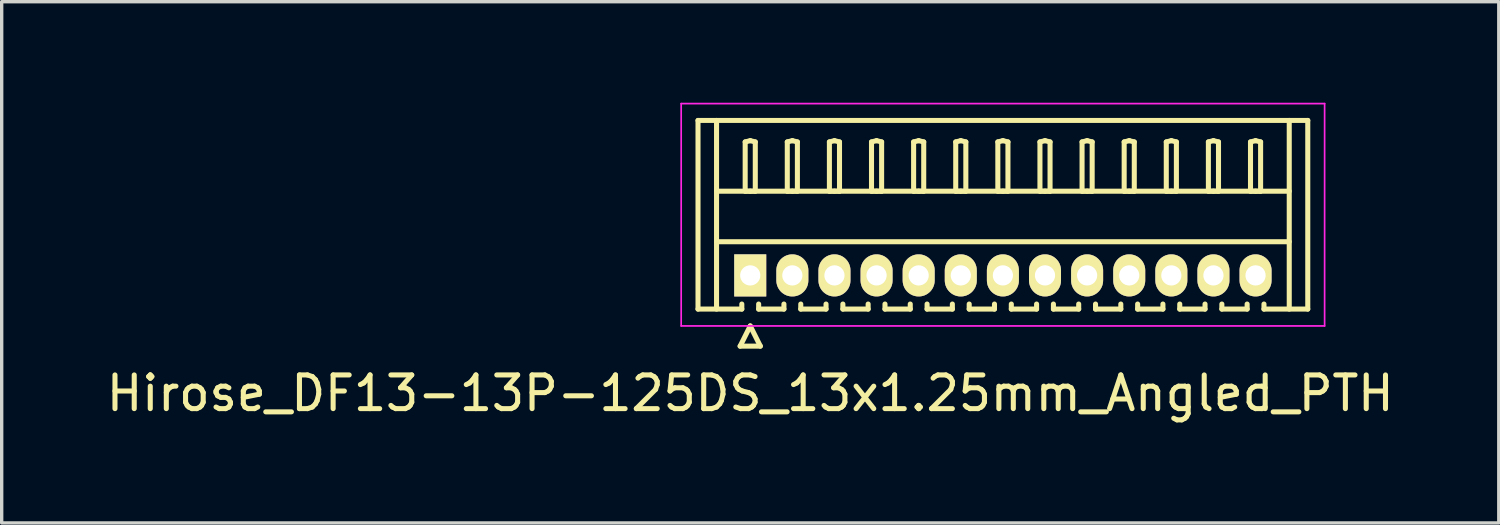
<source format=kicad_pcb>
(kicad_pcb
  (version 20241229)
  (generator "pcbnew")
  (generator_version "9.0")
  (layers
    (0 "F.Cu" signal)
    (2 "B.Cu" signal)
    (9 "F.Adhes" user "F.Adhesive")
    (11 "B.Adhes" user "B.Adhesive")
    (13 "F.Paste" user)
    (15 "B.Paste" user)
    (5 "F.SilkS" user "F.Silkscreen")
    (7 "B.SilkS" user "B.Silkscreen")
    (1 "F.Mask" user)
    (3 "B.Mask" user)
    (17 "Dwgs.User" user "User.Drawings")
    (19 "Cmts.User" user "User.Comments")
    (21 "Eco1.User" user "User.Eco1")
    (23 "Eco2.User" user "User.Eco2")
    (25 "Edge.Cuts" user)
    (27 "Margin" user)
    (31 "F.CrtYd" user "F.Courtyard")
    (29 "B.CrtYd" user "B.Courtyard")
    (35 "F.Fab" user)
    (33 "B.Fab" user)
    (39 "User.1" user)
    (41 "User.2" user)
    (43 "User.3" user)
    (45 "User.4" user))
  (footprint "Hirose_DF13-13P-125DS_13x1.25mm_Angled_PTH"
    (layer "F.Cu")
    (at 19.22 5.125)
    (property "Reference" "Hirose_DF13-13P-125DS_13x1.25mm_Angled_PTH" (at 0 3.5 0) (layer "F.SilkS") (effects (font (size 1 1) (thickness 0.15))))
    (attr through_hole)
    (fp_line (start -1.55 -4.6) (end 16.55 -4.6) (stroke (width 0.15) (type solid)) (layer "F.SilkS"))
    (fp_line (start -1.55 1) (end -1.55 -4.6) (stroke (width 0.15) (type solid)) (layer "F.SilkS"))
    (fp_line (start -1 -4.6) (end -1 1) (stroke (width 0.15) (type solid)) (layer "F.SilkS"))
    (fp_line (start -1 -2.5) (end 16 -2.5) (stroke (width 0.15) (type solid)) (layer "F.SilkS"))
    (fp_line (start -1 -1) (end 16 -1) (stroke (width 0.15) (type solid)) (layer "F.SilkS"))
    (fp_line (start -0.3 2.1) (end 0.3 2.1) (stroke (width 0.15) (type solid)) (layer "F.SilkS"))
    (fp_line (start -0.25 0.85) (end -0.25 1) (stroke (width 0.15) (type solid)) (layer "F.SilkS"))
    (fp_line (start -0.25 1) (end -1.55 1) (stroke (width 0.15) (type solid)) (layer "F.SilkS"))
    (fp_line (start -0.15 -3.962) (end 0 -4) (stroke (width 0.15) (type solid)) (layer "F.SilkS"))
    (fp_line (start -0.15 -2.5) (end -0.15 -3.962) (stroke (width 0.15) (type solid)) (layer "F.SilkS"))
    (fp_line (start 0 -4) (end 0.15 -3.962) (stroke (width 0.15) (type solid)) (layer "F.SilkS"))
    (fp_line (start 0 -2.5) (end -0.15 -2.5) (stroke (width 0.15) (type solid)) (layer "F.SilkS"))
    (fp_line (start 0 1.5) (end -0.3 2.1) (stroke (width 0.15) (type solid)) (layer "F.SilkS"))
    (fp_line (start 0.15 -3.962) (end 0.15 -2.5) (stroke (width 0.15) (type solid)) (layer "F.SilkS"))
    (fp_line (start 0.15 -2.5) (end 0 -2.5) (stroke (width 0.15) (type solid)) (layer "F.SilkS"))
    (fp_line (start 0.25 0.85) (end 0.25 1) (stroke (width 0.15) (type solid)) (layer "F.SilkS"))
    (fp_line (start 0.25 1) (end 1 1) (stroke (width 0.15) (type solid)) (layer "F.SilkS"))
    (fp_line (start 0.3 2.1) (end 0 1.5) (stroke (width 0.15) (type solid)) (layer "F.SilkS"))
    (fp_line (start 1 1) (end 1 0.85) (stroke (width 0.15) (type solid)) (layer "F.SilkS"))
    (fp_line (start 1.1 -3.962) (end 1.25 -4) (stroke (width 0.15) (type solid)) (layer "F.SilkS"))
    (fp_line (start 1.1 -2.5) (end 1.1 -3.962) (stroke (width 0.15) (type solid)) (layer "F.SilkS"))
    (fp_line (start 1.25 -4) (end 1.4 -3.962) (stroke (width 0.15) (type solid)) (layer "F.SilkS"))
    (fp_line (start 1.25 -2.5) (end 1.1 -2.5) (stroke (width 0.15) (type solid)) (layer "F.SilkS"))
    (fp_line (start 1.4 -3.962) (end 1.4 -2.5) (stroke (width 0.15) (type solid)) (layer "F.SilkS"))
    (fp_line (start 1.4 -2.5) (end 1.25 -2.5) (stroke (width 0.15) (type solid)) (layer "F.SilkS"))
    (fp_line (start 1.5 0.85) (end 1.5 1) (stroke (width 0.15) (type solid)) (layer "F.SilkS"))
    (fp_line (start 1.5 1) (end 2.25 1) (stroke (width 0.15) (type solid)) (layer "F.SilkS"))
    (fp_line (start 2.25 1) (end 2.25 0.85) (stroke (width 0.15) (type solid)) (layer "F.SilkS"))
    (fp_line (start 2.35 -3.962) (end 2.5 -4) (stroke (width 0.15) (type solid)) (layer "F.SilkS"))
    (fp_line (start 2.35 -2.5) (end 2.35 -3.962) (stroke (width 0.15) (type solid)) (layer "F.SilkS"))
    (fp_line (start 2.5 -4) (end 2.65 -3.962) (stroke (width 0.15) (type solid)) (layer "F.SilkS"))
    (fp_line (start 2.5 -2.5) (end 2.35 -2.5) (stroke (width 0.15) (type solid)) (layer "F.SilkS"))
    (fp_line (start 2.65 -3.962) (end 2.65 -2.5) (stroke (width 0.15) (type solid)) (layer "F.SilkS"))
    (fp_line (start 2.65 -2.5) (end 2.5 -2.5) (stroke (width 0.15) (type solid)) (layer "F.SilkS"))
    (fp_line (start 2.75 0.85) (end 2.75 1) (stroke (width 0.15) (type solid)) (layer "F.SilkS"))
    (fp_line (start 2.75 1) (end 3.5 1) (stroke (width 0.15) (type solid)) (layer "F.SilkS"))
    (fp_line (start 3.5 1) (end 3.5 0.85) (stroke (width 0.15) (type solid)) (layer "F.SilkS"))
    (fp_line (start 3.6 -3.962) (end 3.75 -4) (stroke (width 0.15) (type solid)) (layer "F.SilkS"))
    (fp_line (start 3.6 -2.5) (end 3.6 -3.962) (stroke (width 0.15) (type solid)) (layer "F.SilkS"))
    (fp_line (start 3.75 -4) (end 3.9 -3.962) (stroke (width 0.15) (type solid)) (layer "F.SilkS"))
    (fp_line (start 3.75 -2.5) (end 3.6 -2.5) (stroke (width 0.15) (type solid)) (layer "F.SilkS"))
    (fp_line (start 3.9 -3.962) (end 3.9 -2.5) (stroke (width 0.15) (type solid)) (layer "F.SilkS"))
    (fp_line (start 3.9 -2.5) (end 3.75 -2.5) (stroke (width 0.15) (type solid)) (layer "F.SilkS"))
    (fp_line (start 4 0.85) (end 4 1) (stroke (width 0.15) (type solid)) (layer "F.SilkS"))
    (fp_line (start 4 1) (end 4.75 1) (stroke (width 0.15) (type solid)) (layer "F.SilkS"))
    (fp_line (start 4.75 1) (end 4.75 0.85) (stroke (width 0.15) (type solid)) (layer "F.SilkS"))
    (fp_line (start 4.85 -3.962) (end 5 -4) (stroke (width 0.15) (type solid)) (layer "F.SilkS"))
    (fp_line (start 4.85 -2.5) (end 4.85 -3.962) (stroke (width 0.15) (type solid)) (layer "F.SilkS"))
    (fp_line (start 5 -4) (end 5.15 -3.962) (stroke (width 0.15) (type solid)) (layer "F.SilkS"))
    (fp_line (start 5 -2.5) (end 4.85 -2.5) (stroke (width 0.15) (type solid)) (layer "F.SilkS"))
    (fp_line (start 5.15 -3.962) (end 5.15 -2.5) (stroke (width 0.15) (type solid)) (layer "F.SilkS"))
    (fp_line (start 5.15 -2.5) (end 5 -2.5) (stroke (width 0.15) (type solid)) (layer "F.SilkS"))
    (fp_line (start 5.25 0.85) (end 5.25 1) (stroke (width 0.15) (type solid)) (layer "F.SilkS"))
    (fp_line (start 5.25 1) (end 6 1) (stroke (width 0.15) (type solid)) (layer "F.SilkS"))
    (fp_line (start 6 1) (end 6 0.85) (stroke (width 0.15) (type solid)) (layer "F.SilkS"))
    (fp_line (start 6.1 -3.962) (end 6.25 -4) (stroke (width 0.15) (type solid)) (layer "F.SilkS"))
    (fp_line (start 6.1 -2.5) (end 6.1 -3.962) (stroke (width 0.15) (type solid)) (layer "F.SilkS"))
    (fp_line (start 6.25 -4) (end 6.4 -3.962) (stroke (width 0.15) (type solid)) (layer "F.SilkS"))
    (fp_line (start 6.25 -2.5) (end 6.1 -2.5) (stroke (width 0.15) (type solid)) (layer "F.SilkS"))
    (fp_line (start 6.4 -3.962) (end 6.4 -2.5) (stroke (width 0.15) (type solid)) (layer "F.SilkS"))
    (fp_line (start 6.4 -2.5) (end 6.25 -2.5) (stroke (width 0.15) (type solid)) (layer "F.SilkS"))
    (fp_line (start 6.5 0.85) (end 6.5 1) (stroke (width 0.15) (type solid)) (layer "F.SilkS"))
    (fp_line (start 6.5 1) (end 7.25 1) (stroke (width 0.15) (type solid)) (layer "F.SilkS"))
    (fp_line (start 7.25 1) (end 7.25 0.85) (stroke (width 0.15) (type solid)) (layer "F.SilkS"))
    (fp_line (start 7.35 -3.962) (end 7.5 -4) (stroke (width 0.15) (type solid)) (layer "F.SilkS"))
    (fp_line (start 7.35 -2.5) (end 7.35 -3.962) (stroke (width 0.15) (type solid)) (layer "F.SilkS"))
    (fp_line (start 7.5 -4) (end 7.65 -3.962) (stroke (width 0.15) (type solid)) (layer "F.SilkS"))
    (fp_line (start 7.5 -2.5) (end 7.35 -2.5) (stroke (width 0.15) (type solid)) (layer "F.SilkS"))
    (fp_line (start 7.65 -3.962) (end 7.65 -2.5) (stroke (width 0.15) (type solid)) (layer "F.SilkS"))
    (fp_line (start 7.65 -2.5) (end 7.5 -2.5) (stroke (width 0.15) (type solid)) (layer "F.SilkS"))
    (fp_line (start 7.75 0.85) (end 7.75 1) (stroke (width 0.15) (type solid)) (layer "F.SilkS"))
    (fp_line (start 7.75 1) (end 8.5 1) (stroke (width 0.15) (type solid)) (layer "F.SilkS"))
    (fp_line (start 8.5 1) (end 8.5 0.85) (stroke (width 0.15) (type solid)) (layer "F.SilkS"))
    (fp_line (start 8.6 -3.962) (end 8.75 -4) (stroke (width 0.15) (type solid)) (layer "F.SilkS"))
    (fp_line (start 8.6 -2.5) (end 8.6 -3.962) (stroke (width 0.15) (type solid)) (layer "F.SilkS"))
    (fp_line (start 8.75 -4) (end 8.9 -3.962) (stroke (width 0.15) (type solid)) (layer "F.SilkS"))
    (fp_line (start 8.75 -2.5) (end 8.6 -2.5) (stroke (width 0.15) (type solid)) (layer "F.SilkS"))
    (fp_line (start 8.9 -3.962) (end 8.9 -2.5) (stroke (width 0.15) (type solid)) (layer "F.SilkS"))
    (fp_line (start 8.9 -2.5) (end 8.75 -2.5) (stroke (width 0.15) (type solid)) (layer "F.SilkS"))
    (fp_line (start 9 0.85) (end 9 1) (stroke (width 0.15) (type solid)) (layer "F.SilkS"))
    (fp_line (start 9 1) (end 9.75 1) (stroke (width 0.15) (type solid)) (layer "F.SilkS"))
    (fp_line (start 9.75 1) (end 9.75 0.85) (stroke (width 0.15) (type solid)) (layer "F.SilkS"))
    (fp_line (start 9.85 -3.962) (end 10 -4) (stroke (width 0.15) (type solid)) (layer "F.SilkS"))
    (fp_line (start 9.85 -2.5) (end 9.85 -3.962) (stroke (width 0.15) (type solid)) (layer "F.SilkS"))
    (fp_line (start 10 -4) (end 10.15 -3.962) (stroke (width 0.15) (type solid)) (layer "F.SilkS"))
    (fp_line (start 10 -2.5) (end 9.85 -2.5) (stroke (width 0.15) (type solid)) (layer "F.SilkS"))
    (fp_line (start 10.15 -3.962) (end 10.15 -2.5) (stroke (width 0.15) (type solid)) (layer "F.SilkS"))
    (fp_line (start 10.15 -2.5) (end 10 -2.5) (stroke (width 0.15) (type solid)) (layer "F.SilkS"))
    (fp_line (start 10.25 0.85) (end 10.25 1) (stroke (width 0.15) (type solid)) (layer "F.SilkS"))
    (fp_line (start 10.25 1) (end 11 1) (stroke (width 0.15) (type solid)) (layer "F.SilkS"))
    (fp_line (start 11 1) (end 11 0.85) (stroke (width 0.15) (type solid)) (layer "F.SilkS"))
    (fp_line (start 11.1 -3.962) (end 11.25 -4) (stroke (width 0.15) (type solid)) (layer "F.SilkS"))
    (fp_line (start 11.1 -2.5) (end 11.1 -3.962) (stroke (width 0.15) (type solid)) (layer "F.SilkS"))
    (fp_line (start 11.25 -4) (end 11.4 -3.962) (stroke (width 0.15) (type solid)) (layer "F.SilkS"))
    (fp_line (start 11.25 -2.5) (end 11.1 -2.5) (stroke (width 0.15) (type solid)) (layer "F.SilkS"))
    (fp_line (start 11.4 -3.962) (end 11.4 -2.5) (stroke (width 0.15) (type solid)) (layer "F.SilkS"))
    (fp_line (start 11.4 -2.5) (end 11.25 -2.5) (stroke (width 0.15) (type solid)) (layer "F.SilkS"))
    (fp_line (start 11.5 0.85) (end 11.5 1) (stroke (width 0.15) (type solid)) (layer "F.SilkS"))
    (fp_line (start 11.5 1) (end 12.25 1) (stroke (width 0.15) (type solid)) (layer "F.SilkS"))
    (fp_line (start 12.25 1) (end 12.25 0.85) (stroke (width 0.15) (type solid)) (layer "F.SilkS"))
    (fp_line (start 12.35 -3.962) (end 12.5 -4) (stroke (width 0.15) (type solid)) (layer "F.SilkS"))
    (fp_line (start 12.35 -2.5) (end 12.35 -3.962) (stroke (width 0.15) (type solid)) (layer "F.SilkS"))
    (fp_line (start 12.5 -4) (end 12.65 -3.962) (stroke (width 0.15) (type solid)) (layer "F.SilkS"))
    (fp_line (start 12.5 -2.5) (end 12.35 -2.5) (stroke (width 0.15) (type solid)) (layer "F.SilkS"))
    (fp_line (start 12.65 -3.962) (end 12.65 -2.5) (stroke (width 0.15) (type solid)) (layer "F.SilkS"))
    (fp_line (start 12.65 -2.5) (end 12.5 -2.5) (stroke (width 0.15) (type solid)) (layer "F.SilkS"))
    (fp_line (start 12.75 0.85) (end 12.75 1) (stroke (width 0.15) (type solid)) (layer "F.SilkS"))
    (fp_line (start 12.75 1) (end 13.5 1) (stroke (width 0.15) (type solid)) (layer "F.SilkS"))
    (fp_line (start 13.5 1) (end 13.5 0.85) (stroke (width 0.15) (type solid)) (layer "F.SilkS"))
    (fp_line (start 13.6 -3.962) (end 13.75 -4) (stroke (width 0.15) (type solid)) (layer "F.SilkS"))
    (fp_line (start 13.6 -2.5) (end 13.6 -3.962) (stroke (width 0.15) (type solid)) (layer "F.SilkS"))
    (fp_line (start 13.75 -4) (end 13.9 -3.962) (stroke (width 0.15) (type solid)) (layer "F.SilkS"))
    (fp_line (start 13.75 -2.5) (end 13.6 -2.5) (stroke (width 0.15) (type solid)) (layer "F.SilkS"))
    (fp_line (start 13.9 -3.962) (end 13.9 -2.5) (stroke (width 0.15) (type solid)) (layer "F.SilkS"))
    (fp_line (start 13.9 -2.5) (end 13.75 -2.5) (stroke (width 0.15) (type solid)) (layer "F.SilkS"))
    (fp_line (start 14 0.85) (end 14 1) (stroke (width 0.15) (type solid)) (layer "F.SilkS"))
    (fp_line (start 14 1) (end 14.75 1) (stroke (width 0.15) (type solid)) (layer "F.SilkS"))
    (fp_line (start 14.75 1) (end 14.75 0.85) (stroke (width 0.15) (type solid)) (layer "F.SilkS"))
    (fp_line (start 14.85 -3.962) (end 15 -4) (stroke (width 0.15) (type solid)) (layer "F.SilkS"))
    (fp_line (start 14.85 -2.5) (end 14.85 -3.962) (stroke (width 0.15) (type solid)) (layer "F.SilkS"))
    (fp_line (start 15 -4) (end 15.15 -3.962) (stroke (width 0.15) (type solid)) (layer "F.SilkS"))
    (fp_line (start 15 -2.5) (end 14.85 -2.5) (stroke (width 0.15) (type solid)) (layer "F.SilkS"))
    (fp_line (start 15.15 -3.962) (end 15.15 -2.5) (stroke (width 0.15) (type solid)) (layer "F.SilkS"))
    (fp_line (start 15.15 -2.5) (end 15 -2.5) (stroke (width 0.15) (type solid)) (layer "F.SilkS"))
    (fp_line (start 15.25 1) (end 15.25 0.85) (stroke (width 0.15) (type solid)) (layer "F.SilkS"))
    (fp_line (start 16 -4.6) (end 16 1) (stroke (width 0.15) (type solid)) (layer "F.SilkS"))
    (fp_line (start 16.55 -4.6) (end 16.55 1) (stroke (width 0.15) (type solid)) (layer "F.SilkS"))
    (fp_line (start 16.55 1) (end 15.25 1) (stroke (width 0.15) (type solid)) (layer "F.SilkS"))
    (fp_line (start -2.05 -5.1) (end -2.05 1.5) (stroke (width 0.05) (type solid)) (layer "F.CrtYd"))
    (fp_line (start -2.05 1.5) (end 17.05 1.5) (stroke (width 0.05) (type solid)) (layer "F.CrtYd"))
    (fp_line (start 17.05 -5.1) (end -2.05 -5.1) (stroke (width 0.05) (type solid)) (layer "F.CrtYd"))
    (fp_line (start 17.05 1.5) (end 17.05 -5.1) (stroke (width 0.05) (type solid)) (layer "F.CrtYd"))
    (pad "1" thru_hole rect (at 0 0) (size 0.95 1.25) (drill 0.6) (layers "*.Cu" "*.Mask" "F.SilkS"))
    (pad "2" thru_hole oval (at 1.25 0) (size 0.95 1.25) (drill 0.6) (layers "*.Cu" "*.Mask" "F.SilkS"))
    (pad "3" thru_hole oval (at 2.5 0) (size 0.95 1.25) (drill 0.6) (layers "*.Cu" "*.Mask" "F.SilkS"))
    (pad "4" thru_hole oval (at 3.75 0) (size 0.95 1.25) (drill 0.6) (layers "*.Cu" "*.Mask" "F.SilkS"))
    (pad "5" thru_hole oval (at 5 0) (size 0.95 1.25) (drill 0.6) (layers "*.Cu" "*.Mask" "F.SilkS"))
    (pad "6" thru_hole oval (at 6.25 0) (size 0.95 1.25) (drill 0.6) (layers "*.Cu" "*.Mask" "F.SilkS"))
    (pad "7" thru_hole oval (at 7.5 0) (size 0.95 1.25) (drill 0.6) (layers "*.Cu" "*.Mask" "F.SilkS"))
    (pad "8" thru_hole oval (at 8.75 0) (size 0.95 1.25) (drill 0.6) (layers "*.Cu" "*.Mask" "F.SilkS"))
    (pad "9" thru_hole oval (at 10 0) (size 0.95 1.25) (drill 0.6) (layers "*.Cu" "*.Mask" "F.SilkS"))
    (pad "10" thru_hole oval (at 11.25 0) (size 0.95 1.25) (drill 0.6) (layers "*.Cu" "*.Mask" "F.SilkS"))
    (pad "11" thru_hole oval (at 12.5 0) (size 0.95 1.25) (drill 0.6) (layers "*.Cu" "*.Mask" "F.SilkS"))
    (pad "12" thru_hole oval (at 13.75 0) (size 0.95 1.25) (drill 0.6) (layers "*.Cu" "*.Mask" "F.SilkS"))
    (pad "13" thru_hole oval (at 15 0) (size 0.95 1.25) (drill 0.6) (layers "*.Cu" "*.Mask" "F.SilkS")))
  (gr_rect
    (start -3 -3)
    (end 41.44 12.473)
    (stroke (width 0.1) (type default))
    (fill no)
    (layer "Edge.Cuts")))
</source>
